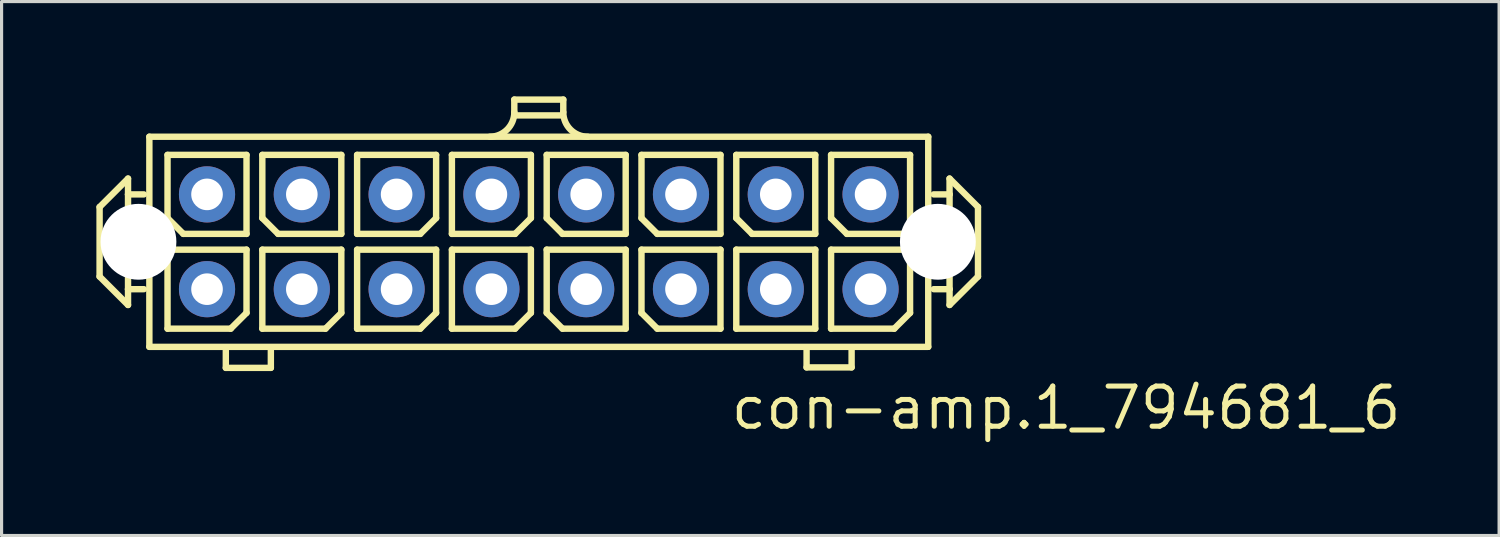
<source format=kicad_pcb>
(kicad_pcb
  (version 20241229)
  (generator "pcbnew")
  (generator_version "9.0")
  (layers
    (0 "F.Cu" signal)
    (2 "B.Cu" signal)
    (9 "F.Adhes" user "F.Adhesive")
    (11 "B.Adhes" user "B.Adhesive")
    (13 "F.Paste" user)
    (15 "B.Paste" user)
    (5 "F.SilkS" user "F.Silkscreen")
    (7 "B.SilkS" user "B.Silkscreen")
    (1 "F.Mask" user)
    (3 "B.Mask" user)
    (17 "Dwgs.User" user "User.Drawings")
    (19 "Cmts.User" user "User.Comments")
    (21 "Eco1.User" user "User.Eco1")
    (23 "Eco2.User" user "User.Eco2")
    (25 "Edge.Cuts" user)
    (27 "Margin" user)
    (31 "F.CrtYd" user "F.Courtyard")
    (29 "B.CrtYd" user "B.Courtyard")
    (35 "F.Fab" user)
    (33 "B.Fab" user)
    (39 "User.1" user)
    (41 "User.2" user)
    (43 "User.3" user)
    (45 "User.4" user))
  (footprint "con-amp.1_794681_6"
    (layer "F.Cu")
    (at 14.002 4.602)
    (property "Reference" "con-amp.1_794681_6" (at 6 6 0) (layer "F.SilkS") (effects (font (size 1.27 1.27) (thickness 0.16)) (justify left bottom)))
    (attr through_hole)
    (fp_line (start -13.9 -1.1) (end -13 -2) (stroke (width 0.203) (type default)) (layer "F.SilkS"))
    (fp_line (start -13.9 1.1) (end -13.9 -1.1) (stroke (width 0.203) (type default)) (layer "F.SilkS"))
    (fp_line (start -13 -2) (end -13 -1.5) (stroke (width 0.203) (type default)) (layer "F.SilkS"))
    (fp_line (start -13 -1.5) (end -13 1.5) (stroke (width 0.203) (type default)) (layer "F.SilkS"))
    (fp_line (start -13 -1.5) (end -12.5 -1.5) (stroke (width 0.203) (type default)) (layer "F.SilkS"))
    (fp_line (start -13 1.5) (end -13 2) (stroke (width 0.203) (type default)) (layer "F.SilkS"))
    (fp_line (start -13 1.5) (end -12.5 1.5) (stroke (width 0.203) (type default)) (layer "F.SilkS"))
    (fp_line (start -13 2) (end -13.9 1.1) (stroke (width 0.203) (type default)) (layer "F.SilkS"))
    (fp_line (start -12.325 -3.325) (end 12.325 -3.325) (stroke (width 0.203) (type default)) (layer "F.SilkS"))
    (fp_line (start -12.325 3.325) (end -12.325 -3.325) (stroke (width 0.203) (type default)) (layer "F.SilkS"))
    (fp_line (start -11.75 -2.75) (end -11.75 -0.75) (stroke (width 0.203) (type default)) (layer "F.SilkS"))
    (fp_line (start -11.75 0.25) (end -11.75 2.75) (stroke (width 0.203) (type default)) (layer "F.SilkS"))
    (fp_line (start -11.75 0.25) (end -9.25 0.25) (stroke (width 0.203) (type default)) (layer "F.SilkS"))
    (fp_line (start -11.75 2.75) (end -9.75 2.75) (stroke (width 0.203) (type default)) (layer "F.SilkS"))
    (fp_line (start -11.25 -0.25) (end -11.75 -0.75) (stroke (width 0.203) (type default)) (layer "F.SilkS"))
    (fp_line (start -11.25 -0.25) (end -9.25 -0.25) (stroke (width 0.203) (type default)) (layer "F.SilkS"))
    (fp_line (start -9.905 3.99) (end -9.905 3.44) (stroke (width 0.203) (type default)) (layer "F.SilkS"))
    (fp_line (start -9.75 2.75) (end -9.25 2.25) (stroke (width 0.203) (type default)) (layer "F.SilkS"))
    (fp_line (start -9.25 -2.75) (end -11.75 -2.75) (stroke (width 0.203) (type default)) (layer "F.SilkS"))
    (fp_line (start -9.25 -2.75) (end -9.25 -0.25) (stroke (width 0.203) (type default)) (layer "F.SilkS"))
    (fp_line (start -9.25 0.25) (end -9.25 2.25) (stroke (width 0.203) (type default)) (layer "F.SilkS"))
    (fp_line (start -8.75 -2.75) (end -8.75 -0.75) (stroke (width 0.203) (type default)) (layer "F.SilkS"))
    (fp_line (start -8.75 0.25) (end -8.75 2.75) (stroke (width 0.203) (type default)) (layer "F.SilkS"))
    (fp_line (start -8.75 0.25) (end -6.25 0.25) (stroke (width 0.203) (type default)) (layer "F.SilkS"))
    (fp_line (start -8.75 2.75) (end -6.75 2.75) (stroke (width 0.203) (type default)) (layer "F.SilkS"))
    (fp_line (start -8.48 3.99) (end -9.905 3.99) (stroke (width 0.203) (type default)) (layer "F.SilkS"))
    (fp_line (start -8.48 3.99) (end -8.48 3.44) (stroke (width 0.203) (type default)) (layer "F.SilkS"))
    (fp_line (start -8.25 -0.25) (end -8.75 -0.75) (stroke (width 0.203) (type default)) (layer "F.SilkS"))
    (fp_line (start -8.25 -0.25) (end -6.25 -0.25) (stroke (width 0.203) (type default)) (layer "F.SilkS"))
    (fp_line (start -6.75 2.75) (end -6.25 2.25) (stroke (width 0.203) (type default)) (layer "F.SilkS"))
    (fp_line (start -6.25 -2.75) (end -8.75 -2.75) (stroke (width 0.203) (type default)) (layer "F.SilkS"))
    (fp_line (start -6.25 -2.75) (end -6.25 -0.25) (stroke (width 0.203) (type default)) (layer "F.SilkS"))
    (fp_line (start -6.25 0.25) (end -6.25 2.25) (stroke (width 0.203) (type default)) (layer "F.SilkS"))
    (fp_line (start -5.75 -2.75) (end -5.75 -0.25) (stroke (width 0.203) (type default)) (layer "F.SilkS"))
    (fp_line (start -5.75 -0.25) (end -3.75 -0.25) (stroke (width 0.203) (type default)) (layer "F.SilkS"))
    (fp_line (start -5.75 0.25) (end -5.75 2.75) (stroke (width 0.203) (type default)) (layer "F.SilkS"))
    (fp_line (start -5.75 0.25) (end -3.25 0.25) (stroke (width 0.203) (type default)) (layer "F.SilkS"))
    (fp_line (start -5.75 2.75) (end -3.75 2.75) (stroke (width 0.203) (type default)) (layer "F.SilkS"))
    (fp_line (start -3.75 -0.25) (end -3.25 -0.75) (stroke (width 0.203) (type default)) (layer "F.SilkS"))
    (fp_line (start -3.75 2.75) (end -3.25 2.25) (stroke (width 0.203) (type default)) (layer "F.SilkS"))
    (fp_line (start -3.25 -2.75) (end -5.75 -2.75) (stroke (width 0.203) (type default)) (layer "F.SilkS"))
    (fp_line (start -3.25 -2.75) (end -3.25 -0.75) (stroke (width 0.203) (type default)) (layer "F.SilkS"))
    (fp_line (start -3.25 0.25) (end -3.25 2.25) (stroke (width 0.203) (type default)) (layer "F.SilkS"))
    (fp_line (start -2.75 -2.75) (end -2.75 -0.25) (stroke (width 0.203) (type default)) (layer "F.SilkS"))
    (fp_line (start -2.75 -0.25) (end -0.75 -0.25) (stroke (width 0.203) (type default)) (layer "F.SilkS"))
    (fp_line (start -2.75 0.25) (end -2.75 2.75) (stroke (width 0.203) (type default)) (layer "F.SilkS"))
    (fp_line (start -2.75 0.25) (end -0.25 0.25) (stroke (width 0.203) (type default)) (layer "F.SilkS"))
    (fp_line (start -2.75 2.75) (end -0.75 2.75) (stroke (width 0.203) (type default)) (layer "F.SilkS"))
    (fp_line (start -0.775 -4.5) (end 0.775 -4.5) (stroke (width 0.203) (type default)) (layer "F.SilkS"))
    (fp_line (start -0.775 -4.1) (end -0.775 -4.5) (stroke (width 0.203) (type default)) (layer "F.SilkS"))
    (fp_line (start -0.75 -0.25) (end -0.25 -0.75) (stroke (width 0.203) (type default)) (layer "F.SilkS"))
    (fp_line (start -0.75 2.75) (end -0.25 2.25) (stroke (width 0.203) (type default)) (layer "F.SilkS"))
    (fp_line (start -0.25 -2.75) (end -2.75 -2.75) (stroke (width 0.203) (type default)) (layer "F.SilkS"))
    (fp_line (start -0.25 -2.75) (end -0.25 -0.75) (stroke (width 0.203) (type default)) (layer "F.SilkS"))
    (fp_line (start -0.25 0.25) (end -0.25 2.25) (stroke (width 0.203) (type default)) (layer "F.SilkS"))
    (fp_line (start 0.25 -2.75) (end 0.25 -0.75) (stroke (width 0.203) (type default)) (layer "F.SilkS"))
    (fp_line (start 0.25 0.25) (end 0.25 2.25) (stroke (width 0.203) (type default)) (layer "F.SilkS"))
    (fp_line (start 0.25 0.25) (end 2.75 0.25) (stroke (width 0.203) (type default)) (layer "F.SilkS"))
    (fp_line (start 0.75 -4) (end -0.75 -4) (stroke (width 0.203) (type default)) (layer "F.SilkS"))
    (fp_line (start 0.75 -0.25) (end 0.25 -0.75) (stroke (width 0.203) (type default)) (layer "F.SilkS"))
    (fp_line (start 0.75 -0.25) (end 2.75 -0.25) (stroke (width 0.203) (type default)) (layer "F.SilkS"))
    (fp_line (start 0.75 2.75) (end 0.25 2.25) (stroke (width 0.203) (type default)) (layer "F.SilkS"))
    (fp_line (start 0.75 2.75) (end 2.75 2.75) (stroke (width 0.203) (type default)) (layer "F.SilkS"))
    (fp_line (start 0.775 -4.1) (end 0.775 -4.5) (stroke (width 0.203) (type default)) (layer "F.SilkS"))
    (fp_line (start 2.75 -2.75) (end 0.25 -2.75) (stroke (width 0.203) (type default)) (layer "F.SilkS"))
    (fp_line (start 2.75 -2.75) (end 2.75 -0.25) (stroke (width 0.203) (type default)) (layer "F.SilkS"))
    (fp_line (start 2.75 0.25) (end 2.75 2.75) (stroke (width 0.203) (type default)) (layer "F.SilkS"))
    (fp_line (start 3.25 -2.75) (end 3.25 -0.75) (stroke (width 0.203) (type default)) (layer "F.SilkS"))
    (fp_line (start 3.25 0.25) (end 3.25 2.25) (stroke (width 0.203) (type default)) (layer "F.SilkS"))
    (fp_line (start 3.25 0.25) (end 5.75 0.25) (stroke (width 0.203) (type default)) (layer "F.SilkS"))
    (fp_line (start 3.75 -0.25) (end 3.25 -0.75) (stroke (width 0.203) (type default)) (layer "F.SilkS"))
    (fp_line (start 3.75 -0.25) (end 5.75 -0.25) (stroke (width 0.203) (type default)) (layer "F.SilkS"))
    (fp_line (start 3.75 2.75) (end 3.25 2.25) (stroke (width 0.203) (type default)) (layer "F.SilkS"))
    (fp_line (start 3.75 2.75) (end 5.75 2.75) (stroke (width 0.203) (type default)) (layer "F.SilkS"))
    (fp_line (start 5.75 -2.75) (end 3.25 -2.75) (stroke (width 0.203) (type default)) (layer "F.SilkS"))
    (fp_line (start 5.75 -2.75) (end 5.75 -0.25) (stroke (width 0.203) (type default)) (layer "F.SilkS"))
    (fp_line (start 5.75 0.25) (end 5.75 2.75) (stroke (width 0.203) (type default)) (layer "F.SilkS"))
    (fp_line (start 6.25 -2.75) (end 6.25 -0.75) (stroke (width 0.203) (type default)) (layer "F.SilkS"))
    (fp_line (start 6.25 0.25) (end 6.25 2.75) (stroke (width 0.203) (type default)) (layer "F.SilkS"))
    (fp_line (start 6.25 0.25) (end 8.75 0.25) (stroke (width 0.203) (type default)) (layer "F.SilkS"))
    (fp_line (start 6.25 2.75) (end 8.75 2.75) (stroke (width 0.203) (type default)) (layer "F.SilkS"))
    (fp_line (start 6.75 -0.25) (end 6.25 -0.75) (stroke (width 0.203) (type default)) (layer "F.SilkS"))
    (fp_line (start 6.75 -0.25) (end 8.75 -0.25) (stroke (width 0.203) (type default)) (layer "F.SilkS"))
    (fp_line (start 8.475 3.975) (end 8.475 3.425) (stroke (width 0.203) (type default)) (layer "F.SilkS"))
    (fp_line (start 8.75 -2.75) (end 6.25 -2.75) (stroke (width 0.203) (type default)) (layer "F.SilkS"))
    (fp_line (start 8.75 -2.75) (end 8.75 -0.25) (stroke (width 0.203) (type default)) (layer "F.SilkS"))
    (fp_line (start 8.75 0.25) (end 8.75 2.75) (stroke (width 0.203) (type default)) (layer "F.SilkS"))
    (fp_line (start 9.25 -2.75) (end 9.25 -0.75) (stroke (width 0.203) (type default)) (layer "F.SilkS"))
    (fp_line (start 9.25 0.25) (end 9.25 2.75) (stroke (width 0.203) (type default)) (layer "F.SilkS"))
    (fp_line (start 9.25 0.25) (end 11.75 0.25) (stroke (width 0.203) (type default)) (layer "F.SilkS"))
    (fp_line (start 9.25 2.75) (end 11.25 2.75) (stroke (width 0.203) (type default)) (layer "F.SilkS"))
    (fp_line (start 9.75 -0.25) (end 9.25 -0.75) (stroke (width 0.203) (type default)) (layer "F.SilkS"))
    (fp_line (start 9.75 -0.25) (end 11.75 -0.25) (stroke (width 0.203) (type default)) (layer "F.SilkS"))
    (fp_line (start 9.9 3.975) (end 8.475 3.975) (stroke (width 0.203) (type default)) (layer "F.SilkS"))
    (fp_line (start 9.9 3.975) (end 9.9 3.425) (stroke (width 0.203) (type default)) (layer "F.SilkS"))
    (fp_line (start 11.25 2.75) (end 11.75 2.25) (stroke (width 0.203) (type default)) (layer "F.SilkS"))
    (fp_line (start 11.75 -2.75) (end 9.25 -2.75) (stroke (width 0.203) (type default)) (layer "F.SilkS"))
    (fp_line (start 11.75 -0.25) (end 11.75 -2.75) (stroke (width 0.203) (type default)) (layer "F.SilkS"))
    (fp_line (start 11.75 2.25) (end 11.75 0.25) (stroke (width 0.203) (type default)) (layer "F.SilkS"))
    (fp_line (start 12.325 -3.325) (end 12.325 3.325) (stroke (width 0.203) (type default)) (layer "F.SilkS"))
    (fp_line (start 12.325 3.325) (end -12.325 3.325) (stroke (width 0.203) (type default)) (layer "F.SilkS"))
    (fp_line (start 13 -2) (end 13 -1.5) (stroke (width 0.203) (type default)) (layer "F.SilkS"))
    (fp_line (start 13 -2) (end 13.9 -1.1) (stroke (width 0.203) (type default)) (layer "F.SilkS"))
    (fp_line (start 13 -1.5) (end 12.5 -1.5) (stroke (width 0.203) (type default)) (layer "F.SilkS"))
    (fp_line (start 13 -1.5) (end 13 1.5) (stroke (width 0.203) (type default)) (layer "F.SilkS"))
    (fp_line (start 13 1.5) (end 12.5 1.5) (stroke (width 0.203) (type default)) (layer "F.SilkS"))
    (fp_line (start 13 1.5) (end 13 2) (stroke (width 0.203) (type default)) (layer "F.SilkS"))
    (fp_line (start 13.9 -1.1) (end 13.9 1.1) (stroke (width 0.203) (type default)) (layer "F.SilkS"))
    (fp_line (start 13.9 1.1) (end 13 2) (stroke (width 0.203) (type default)) (layer "F.SilkS"))
    (fp_arc (start -0.775 -4.1) (mid -1.001992 -3.551992) (end -1.55 -3.325) (stroke (width 0.2032) (type default)) (layer "F.SilkS"))
    (fp_arc (start 1.55 -3.325) (mid 1.001992 -3.551992) (end 0.775 -4.1) (stroke (width 0.2032) (type default)) (layer "F.SilkS"))
    (pad "" np_thru_hole circle (at -12.67 0) (size 2.4 2.4) (drill 2.4) (layers "*.Cu" "*.Mask"))
    (pad "" np_thru_hole circle (at 12.63 0) (size 2.4 2.4) (drill 2.4) (layers "*.Cu" "*.Mask"))
    (pad "1" thru_hole circle (at 10.5 1.5) (size 1.778 1.778) (drill 1) (layers "*.Cu" "*.Mask"))
    (pad "2" thru_hole circle (at 10.5 -1.5) (size 1.778 1.778) (drill 1) (layers "*.Cu" "*.Mask"))
    (pad "3" thru_hole circle (at 7.5 1.5) (size 1.778 1.778) (drill 1) (layers "*.Cu" "*.Mask"))
    (pad "4" thru_hole circle (at 7.5 -1.5) (size 1.778 1.778) (drill 1) (layers "*.Cu" "*.Mask"))
    (pad "5" thru_hole circle (at 4.5 1.5) (size 1.778 1.778) (drill 1) (layers "*.Cu" "*.Mask"))
    (pad "6" thru_hole circle (at 4.5 -1.5) (size 1.778 1.778) (drill 1) (layers "*.Cu" "*.Mask"))
    (pad "7" thru_hole circle (at 1.5 1.5) (size 1.778 1.778) (drill 1) (layers "*.Cu" "*.Mask"))
    (pad "8" thru_hole circle (at 1.5 -1.5) (size 1.778 1.778) (drill 1) (layers "*.Cu" "*.Mask"))
    (pad "9" thru_hole circle (at -1.5 1.5) (size 1.778 1.778) (drill 1) (layers "*.Cu" "*.Mask"))
    (pad "10" thru_hole circle (at -1.5 -1.5) (size 1.778 1.778) (drill 1) (layers "*.Cu" "*.Mask"))
    (pad "11" thru_hole circle (at -4.5 1.5) (size 1.778 1.778) (drill 1) (layers "*.Cu" "*.Mask"))
    (pad "12" thru_hole circle (at -4.5 -1.5) (size 1.778 1.778) (drill 1) (layers "*.Cu" "*.Mask"))
    (pad "13" thru_hole circle (at -7.5 1.5) (size 1.778 1.778) (drill 1) (layers "*.Cu" "*.Mask"))
    (pad "14" thru_hole circle (at -7.5 -1.5) (size 1.778 1.778) (drill 1) (layers "*.Cu" "*.Mask"))
    (pad "15" thru_hole circle (at -10.5 1.5) (size 1.778 1.778) (drill 1) (layers "*.Cu" "*.Mask"))
    (pad "16" thru_hole circle (at -10.5 -1.5) (size 1.778 1.778) (drill 1) (layers "*.Cu" "*.Mask")))
  (gr_rect
    (start -3 -3)
    (end 44.394 13.899)
    (stroke (width 0.1) (type default))
    (fill no)
    (layer "Edge.Cuts")))
</source>
